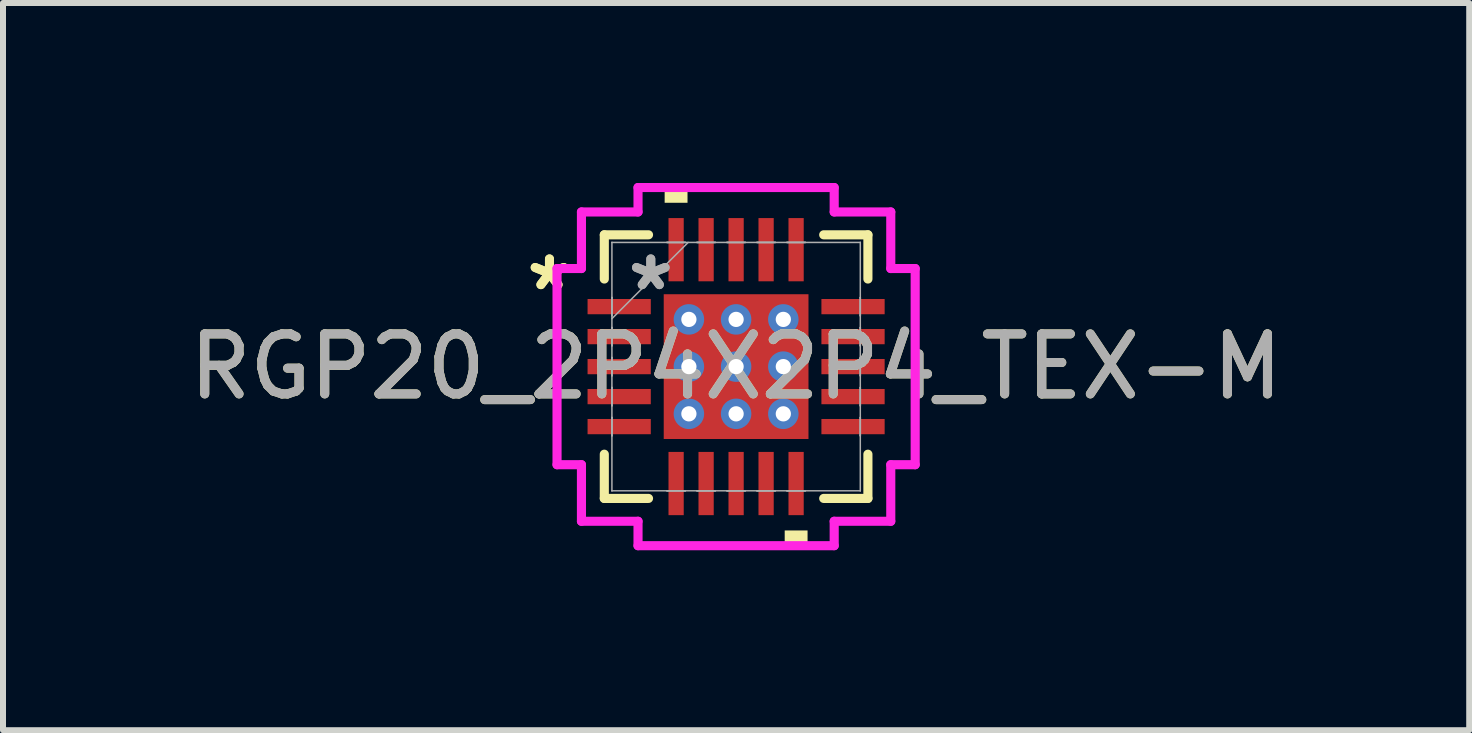
<source format=kicad_pcb>
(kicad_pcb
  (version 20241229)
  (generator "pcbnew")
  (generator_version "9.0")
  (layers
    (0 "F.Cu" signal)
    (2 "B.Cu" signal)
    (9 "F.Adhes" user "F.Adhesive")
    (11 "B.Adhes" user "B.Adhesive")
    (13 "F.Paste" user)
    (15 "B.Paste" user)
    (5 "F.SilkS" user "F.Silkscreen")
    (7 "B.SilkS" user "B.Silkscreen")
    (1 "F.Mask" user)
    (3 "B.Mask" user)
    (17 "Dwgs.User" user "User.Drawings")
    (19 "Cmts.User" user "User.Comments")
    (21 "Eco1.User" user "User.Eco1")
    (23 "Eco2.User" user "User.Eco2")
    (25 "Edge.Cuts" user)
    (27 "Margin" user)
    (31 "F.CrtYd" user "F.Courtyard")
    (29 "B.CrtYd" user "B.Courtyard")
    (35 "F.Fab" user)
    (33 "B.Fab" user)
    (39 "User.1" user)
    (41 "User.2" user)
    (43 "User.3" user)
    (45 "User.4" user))
  (footprint "RGP20_2P4X2P4_TEX-M"
    (layer "F.Cu")
    (at 9.22 3.061)
    (property "Reference" "RGP20_2P4X2P4_TEX-M" (at 0 0 0) (unlocked yes) (layer "F.SilkS") (effects (font (size 1 1) (thickness 0.15))))
    (attr smd)
    (fp_poly (pts (xy -1.27 -1.27) (xy -0.987 -1.27) (xy -0.987 1.27) (xy -1.27 1.27)) (stroke (width 0) (type solid)) (fill yes) (layer "F.Mask"))
    (fp_poly (pts (xy -1.27 -1.27) (xy 1.27 -1.27) (xy 1.27 -0.987) (xy -1.27 -0.987)) (stroke (width 0) (type solid)) (fill yes) (layer "F.Mask"))
    (fp_poly (pts (xy -1.27 -0.587) (xy 1.27 -0.587) (xy 1.27 -0.2) (xy -1.27 -0.2)) (stroke (width 0) (type solid)) (fill yes) (layer "F.Mask"))
    (fp_poly (pts (xy -1.27 0.2) (xy 1.27 0.2) (xy 1.27 0.587) (xy -1.27 0.587)) (stroke (width 0) (type solid)) (fill yes) (layer "F.Mask"))
    (fp_poly (pts (xy -1.27 0.987) (xy 1.27 0.987) (xy 1.27 1.27) (xy -1.27 1.27)) (stroke (width 0) (type solid)) (fill yes) (layer "F.Mask"))
    (fp_poly (pts (xy -0.2 -1.27) (xy -0.587 -1.27) (xy -0.587 1.27) (xy -0.2 1.27)) (stroke (width 0) (type solid)) (fill yes) (layer "F.Mask"))
    (fp_poly (pts (xy 0.587 -1.27) (xy 0.2 -1.27) (xy 0.2 1.27) (xy 0.587 1.27)) (stroke (width 0) (type solid)) (fill yes) (layer "F.Mask"))
    (fp_poly (pts (xy 0.987 -1.27) (xy 1.27 -1.27) (xy 1.27 1.27) (xy 0.987 1.27)) (stroke (width 0) (type solid)) (fill yes) (layer "F.Mask"))
    (fp_line (start -2.197 -2.197) (end -2.197 -1.46) (stroke (width 0.152) (type solid)) (layer "F.SilkS"))
    (fp_line (start -2.197 1.46) (end -2.197 2.197) (stroke (width 0.152) (type solid)) (layer "F.SilkS"))
    (fp_line (start -2.197 2.197) (end -1.46 2.197) (stroke (width 0.152) (type solid)) (layer "F.SilkS"))
    (fp_line (start -1.46 -2.197) (end -2.197 -2.197) (stroke (width 0.152) (type solid)) (layer "F.SilkS"))
    (fp_line (start 1.46 2.197) (end 2.197 2.197) (stroke (width 0.152) (type solid)) (layer "F.SilkS"))
    (fp_line (start 2.197 -2.197) (end 1.46 -2.197) (stroke (width 0.152) (type solid)) (layer "F.SilkS"))
    (fp_line (start 2.197 -1.46) (end 2.197 -2.197) (stroke (width 0.152) (type solid)) (layer "F.SilkS"))
    (fp_line (start 2.197 2.197) (end 2.197 1.46) (stroke (width 0.152) (type solid)) (layer "F.SilkS"))
    (fp_poly (pts (xy -1.191 -2.731) (xy -1.191 -2.985) (xy -0.81 -2.985) (xy -0.81 -2.731)) (stroke (width 0) (type solid)) (fill yes) (layer "F.SilkS"))
    (fp_poly (pts (xy 0.81 2.731) (xy 0.81 2.985) (xy 1.191 2.985) (xy 1.191 2.731)) (stroke (width 0) (type solid)) (fill yes) (layer "F.SilkS"))
    (fp_poly (pts (xy -1.132 -1.132) (xy -1.132 -0.887) (xy -1.029 -0.887) (xy -0.887 -1.029) (xy -0.887 -1.132)) (stroke (width 0) (type solid)) (fill yes) (layer "F.Paste"))
    (fp_poly (pts (xy -1.132 0.887) (xy -1.132 1.132) (xy -0.887 1.132) (xy -0.887 1.029) (xy -1.029 0.887)) (stroke (width 0) (type solid)) (fill yes) (layer "F.Paste"))
    (fp_poly (pts (xy 0.887 -1.132) (xy 0.887 -1.029) (xy 1.029 -0.887) (xy 1.132 -0.887) (xy 1.132 -1.132)) (stroke (width 0) (type solid)) (fill yes) (layer "F.Paste"))
    (fp_poly (pts (xy 1.029 0.887) (xy 0.887 1.029) (xy 0.887 1.132) (xy 1.132 1.132) (xy 1.132 0.887)) (stroke (width 0) (type solid)) (fill yes) (layer "F.Paste"))
    (fp_poly (pts (xy -1.132 -0.687) (xy -1.132 -0.1) (xy -1.029 -0.1) (xy -0.887 -0.241) (xy -0.887 -0.546) (xy -1.029 -0.687)) (stroke (width 0) (type solid)) (fill yes) (layer "F.Paste"))
    (fp_poly (pts (xy -1.132 0.1) (xy -1.132 0.687) (xy -1.029 0.687) (xy -0.887 0.546) (xy -0.887 0.241) (xy -1.029 0.1)) (stroke (width 0) (type solid)) (fill yes) (layer "F.Paste"))
    (fp_poly (pts (xy -0.687 -1.132) (xy -0.687 -1.029) (xy -0.546 -0.887) (xy -0.241 -0.887) (xy -0.1 -1.029) (xy -0.1 -1.132)) (stroke (width 0) (type solid)) (fill yes) (layer "F.Paste"))
    (fp_poly (pts (xy -0.546 0.887) (xy -0.687 1.029) (xy -0.687 1.132) (xy -0.1 1.132) (xy -0.1 1.029) (xy -0.241 0.887)) (stroke (width 0) (type solid)) (fill yes) (layer "F.Paste"))
    (fp_poly (pts (xy 0.1 -1.132) (xy 0.1 -1.029) (xy 0.241 -0.887) (xy 0.546 -0.887) (xy 0.687 -1.029) (xy 0.687 -1.132)) (stroke (width 0) (type solid)) (fill yes) (layer "F.Paste"))
    (fp_poly (pts (xy 0.241 0.887) (xy 0.1 1.029) (xy 0.1 1.132) (xy 0.687 1.132) (xy 0.687 1.029) (xy 0.546 0.887)) (stroke (width 0) (type solid)) (fill yes) (layer "F.Paste"))
    (fp_poly (pts (xy 1.029 -0.687) (xy 0.887 -0.546) (xy 0.887 -0.241) (xy 1.029 -0.1) (xy 1.132 -0.1) (xy 1.132 -0.687)) (stroke (width 0) (type solid)) (fill yes) (layer "F.Paste"))
    (fp_poly (pts (xy 1.029 0.1) (xy 0.887 0.241) (xy 0.887 0.546) (xy 1.029 0.687) (xy 1.132 0.687) (xy 1.132 0.1)) (stroke (width 0) (type solid)) (fill yes) (layer "F.Paste"))
    (fp_poly (pts (xy -0.546 -0.687) (xy -0.687 -0.546) (xy -0.687 -0.241) (xy -0.546 -0.1) (xy -0.241 -0.1) (xy -0.1 -0.241) (xy -0.1 -0.546) (xy -0.241 -0.687)) (stroke (width 0) (type solid)) (fill yes) (layer "F.Paste"))
    (fp_poly (pts (xy -0.546 0.1) (xy -0.687 0.241) (xy -0.687 0.546) (xy -0.546 0.687) (xy -0.241 0.687) (xy -0.1 0.546) (xy -0.1 0.241) (xy -0.241 0.1)) (stroke (width 0) (type solid)) (fill yes) (layer "F.Paste"))
    (fp_poly (pts (xy 0.241 -0.687) (xy 0.1 -0.546) (xy 0.1 -0.241) (xy 0.241 -0.1) (xy 0.546 -0.1) (xy 0.687 -0.241) (xy 0.687 -0.546) (xy 0.546 -0.687)) (stroke (width 0) (type solid)) (fill yes) (layer "F.Paste"))
    (fp_poly (pts (xy 0.241 0.1) (xy 0.1 0.241) (xy 0.1 0.546) (xy 0.241 0.687) (xy 0.546 0.687) (xy 0.687 0.546) (xy 0.687 0.241) (xy 0.546 0.1)) (stroke (width 0) (type solid)) (fill yes) (layer "F.Paste"))
    (fp_line (start -2.985 -1.635) (end -2.578 -1.635) (stroke (width 0.152) (type solid)) (layer "F.CrtYd"))
    (fp_line (start -2.985 1.635) (end -2.985 -1.635) (stroke (width 0.152) (type solid)) (layer "F.CrtYd"))
    (fp_line (start -2.578 -2.578) (end -1.635 -2.578) (stroke (width 0.152) (type solid)) (layer "F.CrtYd"))
    (fp_line (start -2.578 -1.635) (end -2.578 -2.578) (stroke (width 0.152) (type solid)) (layer "F.CrtYd"))
    (fp_line (start -2.578 1.635) (end -2.985 1.635) (stroke (width 0.152) (type solid)) (layer "F.CrtYd"))
    (fp_line (start -2.578 2.578) (end -2.578 1.635) (stroke (width 0.152) (type solid)) (layer "F.CrtYd"))
    (fp_line (start -1.635 -2.985) (end 1.635 -2.985) (stroke (width 0.152) (type solid)) (layer "F.CrtYd"))
    (fp_line (start -1.635 -2.578) (end -1.635 -2.985) (stroke (width 0.152) (type solid)) (layer "F.CrtYd"))
    (fp_line (start -1.635 2.578) (end -2.578 2.578) (stroke (width 0.152) (type solid)) (layer "F.CrtYd"))
    (fp_line (start -1.635 2.985) (end -1.635 2.578) (stroke (width 0.152) (type solid)) (layer "F.CrtYd"))
    (fp_line (start 1.635 -2.985) (end 1.635 -2.578) (stroke (width 0.152) (type solid)) (layer "F.CrtYd"))
    (fp_line (start 1.635 -2.578) (end 2.578 -2.578) (stroke (width 0.152) (type solid)) (layer "F.CrtYd"))
    (fp_line (start 1.635 2.578) (end 1.635 2.985) (stroke (width 0.152) (type solid)) (layer "F.CrtYd"))
    (fp_line (start 1.635 2.985) (end -1.635 2.985) (stroke (width 0.152) (type solid)) (layer "F.CrtYd"))
    (fp_line (start 2.578 -2.578) (end 2.578 -1.635) (stroke (width 0.152) (type solid)) (layer "F.CrtYd"))
    (fp_line (start 2.578 -1.635) (end 2.985 -1.635) (stroke (width 0.152) (type solid)) (layer "F.CrtYd"))
    (fp_line (start 2.578 1.635) (end 2.578 2.578) (stroke (width 0.152) (type solid)) (layer "F.CrtYd"))
    (fp_line (start 2.578 2.578) (end 1.635 2.578) (stroke (width 0.152) (type solid)) (layer "F.CrtYd"))
    (fp_line (start 2.985 -1.635) (end 2.985 1.635) (stroke (width 0.152) (type solid)) (layer "F.CrtYd"))
    (fp_line (start 2.985 1.635) (end 2.578 1.635) (stroke (width 0.152) (type solid)) (layer "F.CrtYd"))
    (fp_line (start -2.07 -2.07) (end -2.07 -2.07) (stroke (width 0.025) (type solid)) (layer "F.Fab"))
    (fp_line (start -2.07 -2.07) (end -2.07 2.07) (stroke (width 0.025) (type solid)) (layer "F.Fab"))
    (fp_line (start -2.07 -1.152) (end -2.07 -1.152) (stroke (width 0.025) (type solid)) (layer "F.Fab"))
    (fp_line (start -2.07 -1.152) (end -2.07 -0.848) (stroke (width 0.025) (type solid)) (layer "F.Fab"))
    (fp_line (start -2.07 -0.848) (end -2.07 -1.152) (stroke (width 0.025) (type solid)) (layer "F.Fab"))
    (fp_line (start -2.07 -0.848) (end -2.07 -0.848) (stroke (width 0.025) (type solid)) (layer "F.Fab"))
    (fp_line (start -2.07 -0.8) (end -0.8 -2.07) (stroke (width 0.025) (type solid)) (layer "F.Fab"))
    (fp_line (start -2.07 -0.652) (end -2.07 -0.652) (stroke (width 0.025) (type solid)) (layer "F.Fab"))
    (fp_line (start -2.07 -0.652) (end -2.07 -0.348) (stroke (width 0.025) (type solid)) (layer "F.Fab"))
    (fp_line (start -2.07 -0.348) (end -2.07 -0.652) (stroke (width 0.025) (type solid)) (layer "F.Fab"))
    (fp_line (start -2.07 -0.348) (end -2.07 -0.348) (stroke (width 0.025) (type solid)) (layer "F.Fab"))
    (fp_line (start -2.07 -0.152) (end -2.07 -0.152) (stroke (width 0.025) (type solid)) (layer "F.Fab"))
    (fp_line (start -2.07 -0.152) (end -2.07 0.152) (stroke (width 0.025) (type solid)) (layer "F.Fab"))
    (fp_line (start -2.07 0.152) (end -2.07 -0.152) (stroke (width 0.025) (type solid)) (layer "F.Fab"))
    (fp_line (start -2.07 0.152) (end -2.07 0.152) (stroke (width 0.025) (type solid)) (layer "F.Fab"))
    (fp_line (start -2.07 0.348) (end -2.07 0.348) (stroke (width 0.025) (type solid)) (layer "F.Fab"))
    (fp_line (start -2.07 0.348) (end -2.07 0.652) (stroke (width 0.025) (type solid)) (layer "F.Fab"))
    (fp_line (start -2.07 0.652) (end -2.07 0.348) (stroke (width 0.025) (type solid)) (layer "F.Fab"))
    (fp_line (start -2.07 0.652) (end -2.07 0.652) (stroke (width 0.025) (type solid)) (layer "F.Fab"))
    (fp_line (start -2.07 0.848) (end -2.07 0.848) (stroke (width 0.025) (type solid)) (layer "F.Fab"))
    (fp_line (start -2.07 0.848) (end -2.07 1.152) (stroke (width 0.025) (type solid)) (layer "F.Fab"))
    (fp_line (start -2.07 1.152) (end -2.07 0.848) (stroke (width 0.025) (type solid)) (layer "F.Fab"))
    (fp_line (start -2.07 1.152) (end -2.07 1.152) (stroke (width 0.025) (type solid)) (layer "F.Fab"))
    (fp_line (start -2.07 2.07) (end -2.07 2.07) (stroke (width 0.025) (type solid)) (layer "F.Fab"))
    (fp_line (start -2.07 2.07) (end 2.07 2.07) (stroke (width 0.025) (type solid)) (layer "F.Fab"))
    (fp_line (start -1.152 -2.07) (end -1.152 -2.07) (stroke (width 0.025) (type solid)) (layer "F.Fab"))
    (fp_line (start -1.152 -2.07) (end -0.848 -2.07) (stroke (width 0.025) (type solid)) (layer "F.Fab"))
    (fp_line (start -1.152 2.07) (end -1.152 2.07) (stroke (width 0.025) (type solid)) (layer "F.Fab"))
    (fp_line (start -1.152 2.07) (end -0.848 2.07) (stroke (width 0.025) (type solid)) (layer "F.Fab"))
    (fp_line (start -0.848 -2.07) (end -1.152 -2.07) (stroke (width 0.025) (type solid)) (layer "F.Fab"))
    (fp_line (start -0.848 -2.07) (end -0.848 -2.07) (stroke (width 0.025) (type solid)) (layer "F.Fab"))
    (fp_line (start -0.848 2.07) (end -1.152 2.07) (stroke (width 0.025) (type solid)) (layer "F.Fab"))
    (fp_line (start -0.848 2.07) (end -0.848 2.07) (stroke (width 0.025) (type solid)) (layer "F.Fab"))
    (fp_line (start -0.652 -2.07) (end -0.652 -2.07) (stroke (width 0.025) (type solid)) (layer "F.Fab"))
    (fp_line (start -0.652 -2.07) (end -0.348 -2.07) (stroke (width 0.025) (type solid)) (layer "F.Fab"))
    (fp_line (start -0.652 2.07) (end -0.652 2.07) (stroke (width 0.025) (type solid)) (layer "F.Fab"))
    (fp_line (start -0.652 2.07) (end -0.348 2.07) (stroke (width 0.025) (type solid)) (layer "F.Fab"))
    (fp_line (start -0.348 -2.07) (end -0.652 -2.07) (stroke (width 0.025) (type solid)) (layer "F.Fab"))
    (fp_line (start -0.348 -2.07) (end -0.348 -2.07) (stroke (width 0.025) (type solid)) (layer "F.Fab"))
    (fp_line (start -0.348 2.07) (end -0.652 2.07) (stroke (width 0.025) (type solid)) (layer "F.Fab"))
    (fp_line (start -0.348 2.07) (end -0.348 2.07) (stroke (width 0.025) (type solid)) (layer "F.Fab"))
    (fp_line (start -0.152 -2.07) (end -0.152 -2.07) (stroke (width 0.025) (type solid)) (layer "F.Fab"))
    (fp_line (start -0.152 -2.07) (end 0.152 -2.07) (stroke (width 0.025) (type solid)) (layer "F.Fab"))
    (fp_line (start -0.152 2.07) (end -0.152 2.07) (stroke (width 0.025) (type solid)) (layer "F.Fab"))
    (fp_line (start -0.152 2.07) (end 0.152 2.07) (stroke (width 0.025) (type solid)) (layer "F.Fab"))
    (fp_line (start 0.152 -2.07) (end -0.152 -2.07) (stroke (width 0.025) (type solid)) (layer "F.Fab"))
    (fp_line (start 0.152 -2.07) (end 0.152 -2.07) (stroke (width 0.025) (type solid)) (layer "F.Fab"))
    (fp_line (start 0.152 2.07) (end -0.152 2.07) (stroke (width 0.025) (type solid)) (layer "F.Fab"))
    (fp_line (start 0.152 2.07) (end 0.152 2.07) (stroke (width 0.025) (type solid)) (layer "F.Fab"))
    (fp_line (start 0.348 -2.07) (end 0.348 -2.07) (stroke (width 0.025) (type solid)) (layer "F.Fab"))
    (fp_line (start 0.348 -2.07) (end 0.652 -2.07) (stroke (width 0.025) (type solid)) (layer "F.Fab"))
    (fp_line (start 0.348 2.07) (end 0.348 2.07) (stroke (width 0.025) (type solid)) (layer "F.Fab"))
    (fp_line (start 0.348 2.07) (end 0.652 2.07) (stroke (width 0.025) (type solid)) (layer "F.Fab"))
    (fp_line (start 0.652 -2.07) (end 0.348 -2.07) (stroke (width 0.025) (type solid)) (layer "F.Fab"))
    (fp_line (start 0.652 -2.07) (end 0.652 -2.07) (stroke (width 0.025) (type solid)) (layer "F.Fab"))
    (fp_line (start 0.652 2.07) (end 0.348 2.07) (stroke (width 0.025) (type solid)) (layer "F.Fab"))
    (fp_line (start 0.652 2.07) (end 0.652 2.07) (stroke (width 0.025) (type solid)) (layer "F.Fab"))
    (fp_line (start 0.848 -2.07) (end 0.848 -2.07) (stroke (width 0.025) (type solid)) (layer "F.Fab"))
    (fp_line (start 0.848 -2.07) (end 1.152 -2.07) (stroke (width 0.025) (type solid)) (layer "F.Fab"))
    (fp_line (start 0.848 2.07) (end 0.848 2.07) (stroke (width 0.025) (type solid)) (layer "F.Fab"))
    (fp_line (start 0.848 2.07) (end 1.152 2.07) (stroke (width 0.025) (type solid)) (layer "F.Fab"))
    (fp_line (start 1.152 -2.07) (end 0.848 -2.07) (stroke (width 0.025) (type solid)) (layer "F.Fab"))
    (fp_line (start 1.152 -2.07) (end 1.152 -2.07) (stroke (width 0.025) (type solid)) (layer "F.Fab"))
    (fp_line (start 1.152 2.07) (end 0.848 2.07) (stroke (width 0.025) (type solid)) (layer "F.Fab"))
    (fp_line (start 1.152 2.07) (end 1.152 2.07) (stroke (width 0.025) (type solid)) (layer "F.Fab"))
    (fp_line (start 2.07 -2.07) (end -2.07 -2.07) (stroke (width 0.025) (type solid)) (layer "F.Fab"))
    (fp_line (start 2.07 -2.07) (end 2.07 -2.07) (stroke (width 0.025) (type solid)) (layer "F.Fab"))
    (fp_line (start 2.07 -1.152) (end 2.07 -1.152) (stroke (width 0.025) (type solid)) (layer "F.Fab"))
    (fp_line (start 2.07 -1.152) (end 2.07 -0.848) (stroke (width 0.025) (type solid)) (layer "F.Fab"))
    (fp_line (start 2.07 -0.848) (end 2.07 -1.152) (stroke (width 0.025) (type solid)) (layer "F.Fab"))
    (fp_line (start 2.07 -0.848) (end 2.07 -0.848) (stroke (width 0.025) (type solid)) (layer "F.Fab"))
    (fp_line (start 2.07 -0.652) (end 2.07 -0.652) (stroke (width 0.025) (type solid)) (layer "F.Fab"))
    (fp_line (start 2.07 -0.652) (end 2.07 -0.348) (stroke (width 0.025) (type solid)) (layer "F.Fab"))
    (fp_line (start 2.07 -0.348) (end 2.07 -0.652) (stroke (width 0.025) (type solid)) (layer "F.Fab"))
    (fp_line (start 2.07 -0.348) (end 2.07 -0.348) (stroke (width 0.025) (type solid)) (layer "F.Fab"))
    (fp_line (start 2.07 -0.152) (end 2.07 -0.152) (stroke (width 0.025) (type solid)) (layer "F.Fab"))
    (fp_line (start 2.07 -0.152) (end 2.07 0.152) (stroke (width 0.025) (type solid)) (layer "F.Fab"))
    (fp_line (start 2.07 0.152) (end 2.07 -0.152) (stroke (width 0.025) (type solid)) (layer "F.Fab"))
    (fp_line (start 2.07 0.152) (end 2.07 0.152) (stroke (width 0.025) (type solid)) (layer "F.Fab"))
    (fp_line (start 2.07 0.348) (end 2.07 0.348) (stroke (width 0.025) (type solid)) (layer "F.Fab"))
    (fp_line (start 2.07 0.348) (end 2.07 0.652) (stroke (width 0.025) (type solid)) (layer "F.Fab"))
    (fp_line (start 2.07 0.652) (end 2.07 0.348) (stroke (width 0.025) (type solid)) (layer "F.Fab"))
    (fp_line (start 2.07 0.652) (end 2.07 0.652) (stroke (width 0.025) (type solid)) (layer "F.Fab"))
    (fp_line (start 2.07 0.848) (end 2.07 0.848) (stroke (width 0.025) (type solid)) (layer "F.Fab"))
    (fp_line (start 2.07 0.848) (end 2.07 1.152) (stroke (width 0.025) (type solid)) (layer "F.Fab"))
    (fp_line (start 2.07 1.152) (end 2.07 0.848) (stroke (width 0.025) (type solid)) (layer "F.Fab"))
    (fp_line (start 2.07 1.152) (end 2.07 1.152) (stroke (width 0.025) (type solid)) (layer "F.Fab"))
    (fp_line (start 2.07 2.07) (end 2.07 -2.07) (stroke (width 0.025) (type solid)) (layer "F.Fab"))
    (fp_line (start 2.07 2.07) (end 2.07 2.07) (stroke (width 0.025) (type solid)) (layer "F.Fab"))
    (fp_text user "*" (at -3.111 -1.25 0) (unlocked yes) (layer "F.SilkS") (effects (font (size 1 1) (thickness 0.15))))
    (fp_text user "*" (at -3.111 -1.25 0) (layer "F.SilkS") (effects (font (size 1 1) (thickness 0.15))))
    (fp_text user "*" (at -1.422 -1.25 0) (layer "F.Fab") (effects (font (size 1 1) (thickness 0.15))))
    (fp_text user "*" (at -1.422 -1.25 0) (unlocked yes) (layer "F.Fab") (effects (font (size 1 1) (thickness 0.15))))
    (fp_text user "${REFERENCE}" (at 0 0 0) (unlocked yes) (layer "F.Fab") (effects (font (size 1 1) (thickness 0.15))))
    (pad "1" smd rect (at -1.949 -1 90) (size 0.254 1.054) (layers "F.Cu" "F.Mask" "F.Paste"))
    (pad "2" smd rect (at -1.949 -0.5 90) (size 0.254 1.054) (layers "F.Cu" "F.Mask" "F.Paste"))
    (pad "3" smd rect (at -1.949 0 90) (size 0.254 1.054) (layers "F.Cu" "F.Mask" "F.Paste"))
    (pad "4" smd rect (at -1.949 0.5 90) (size 0.254 1.054) (layers "F.Cu" "F.Mask" "F.Paste"))
    (pad "5" smd rect (at -1.949 1 90) (size 0.254 1.054) (layers "F.Cu" "F.Mask" "F.Paste"))
    (pad "6" smd rect (at -1 1.949) (size 0.254 1.054) (layers "F.Cu" "F.Mask" "F.Paste"))
    (pad "7" smd rect (at -0.5 1.949) (size 0.254 1.054) (layers "F.Cu" "F.Mask" "F.Paste"))
    (pad "8" smd rect (at 0 1.949) (size 0.254 1.054) (layers "F.Cu" "F.Mask" "F.Paste"))
    (pad "9" smd rect (at 0.5 1.949) (size 0.254 1.054) (layers "F.Cu" "F.Mask" "F.Paste"))
    (pad "10" smd rect (at 1 1.949) (size 0.254 1.054) (layers "F.Cu" "F.Mask" "F.Paste"))
    (pad "11" smd rect (at 1.949 1 90) (size 0.254 1.054) (layers "F.Cu" "F.Mask" "F.Paste"))
    (pad "12" smd rect (at 1.949 0.5 90) (size 0.254 1.054) (layers "F.Cu" "F.Mask" "F.Paste"))
    (pad "13" smd rect (at 1.949 0 90) (size 0.254 1.054) (layers "F.Cu" "F.Mask" "F.Paste"))
    (pad "14" smd rect (at 1.949 -0.5 90) (size 0.254 1.054) (layers "F.Cu" "F.Mask" "F.Paste"))
    (pad "15" smd rect (at 1.949 -1 90) (size 0.254 1.054) (layers "F.Cu" "F.Mask" "F.Paste"))
    (pad "16" smd rect (at 1 -1.949) (size 0.254 1.054) (layers "F.Cu" "F.Mask" "F.Paste"))
    (pad "17" smd rect (at 0.5 -1.949) (size 0.254 1.054) (layers "F.Cu" "F.Mask" "F.Paste"))
    (pad "18" smd rect (at 0 -1.949) (size 0.254 1.054) (layers "F.Cu" "F.Mask" "F.Paste"))
    (pad "19" smd rect (at -0.5 -1.949) (size 0.254 1.054) (layers "F.Cu" "F.Mask" "F.Paste"))
    (pad "20" smd rect (at -1 -1.949) (size 0.254 1.054) (layers "F.Cu" "F.Mask" "F.Paste"))
    (pad "21" smd rect (at 0 0) (size 2.413 2.413) (layers "F.Cu"))
    (pad "V" thru_hole circle (at -0.787 -0.787) (size 0.508 0.508) (drill 0.254) (layers "*.Cu" "*.Mask"))
    (pad "V" thru_hole circle (at -0.787 0) (size 0.508 0.508) (drill 0.254) (layers "*.Cu" "*.Mask"))
    (pad "V" thru_hole circle (at -0.787 0.787) (size 0.508 0.508) (drill 0.254) (layers "*.Cu" "*.Mask"))
    (pad "V" thru_hole circle (at 0 -0.787) (size 0.508 0.508) (drill 0.254) (layers "*.Cu" "*.Mask"))
    (pad "V" thru_hole circle (at 0 0) (size 0.508 0.508) (drill 0.254) (layers "*.Cu" "*.Mask"))
    (pad "V" thru_hole circle (at 0 0.787) (size 0.508 0.508) (drill 0.254) (layers "*.Cu" "*.Mask"))
    (pad "V" thru_hole circle (at 0.787 -0.787) (size 0.508 0.508) (drill 0.254) (layers "*.Cu" "*.Mask"))
    (pad "V" thru_hole circle (at 0.787 0) (size 0.508 0.508) (drill 0.254) (layers "*.Cu" "*.Mask"))
    (pad "V" thru_hole circle (at 0.787 0.787) (size 0.508 0.508) (drill 0.254) (layers "*.Cu" "*.Mask")))
  (gr_rect
    (start -3 -3)
    (end 21.44 9.121)
    (stroke (width 0.1) (type default))
    (fill no)
    (layer "Edge.Cuts")))
</source>
